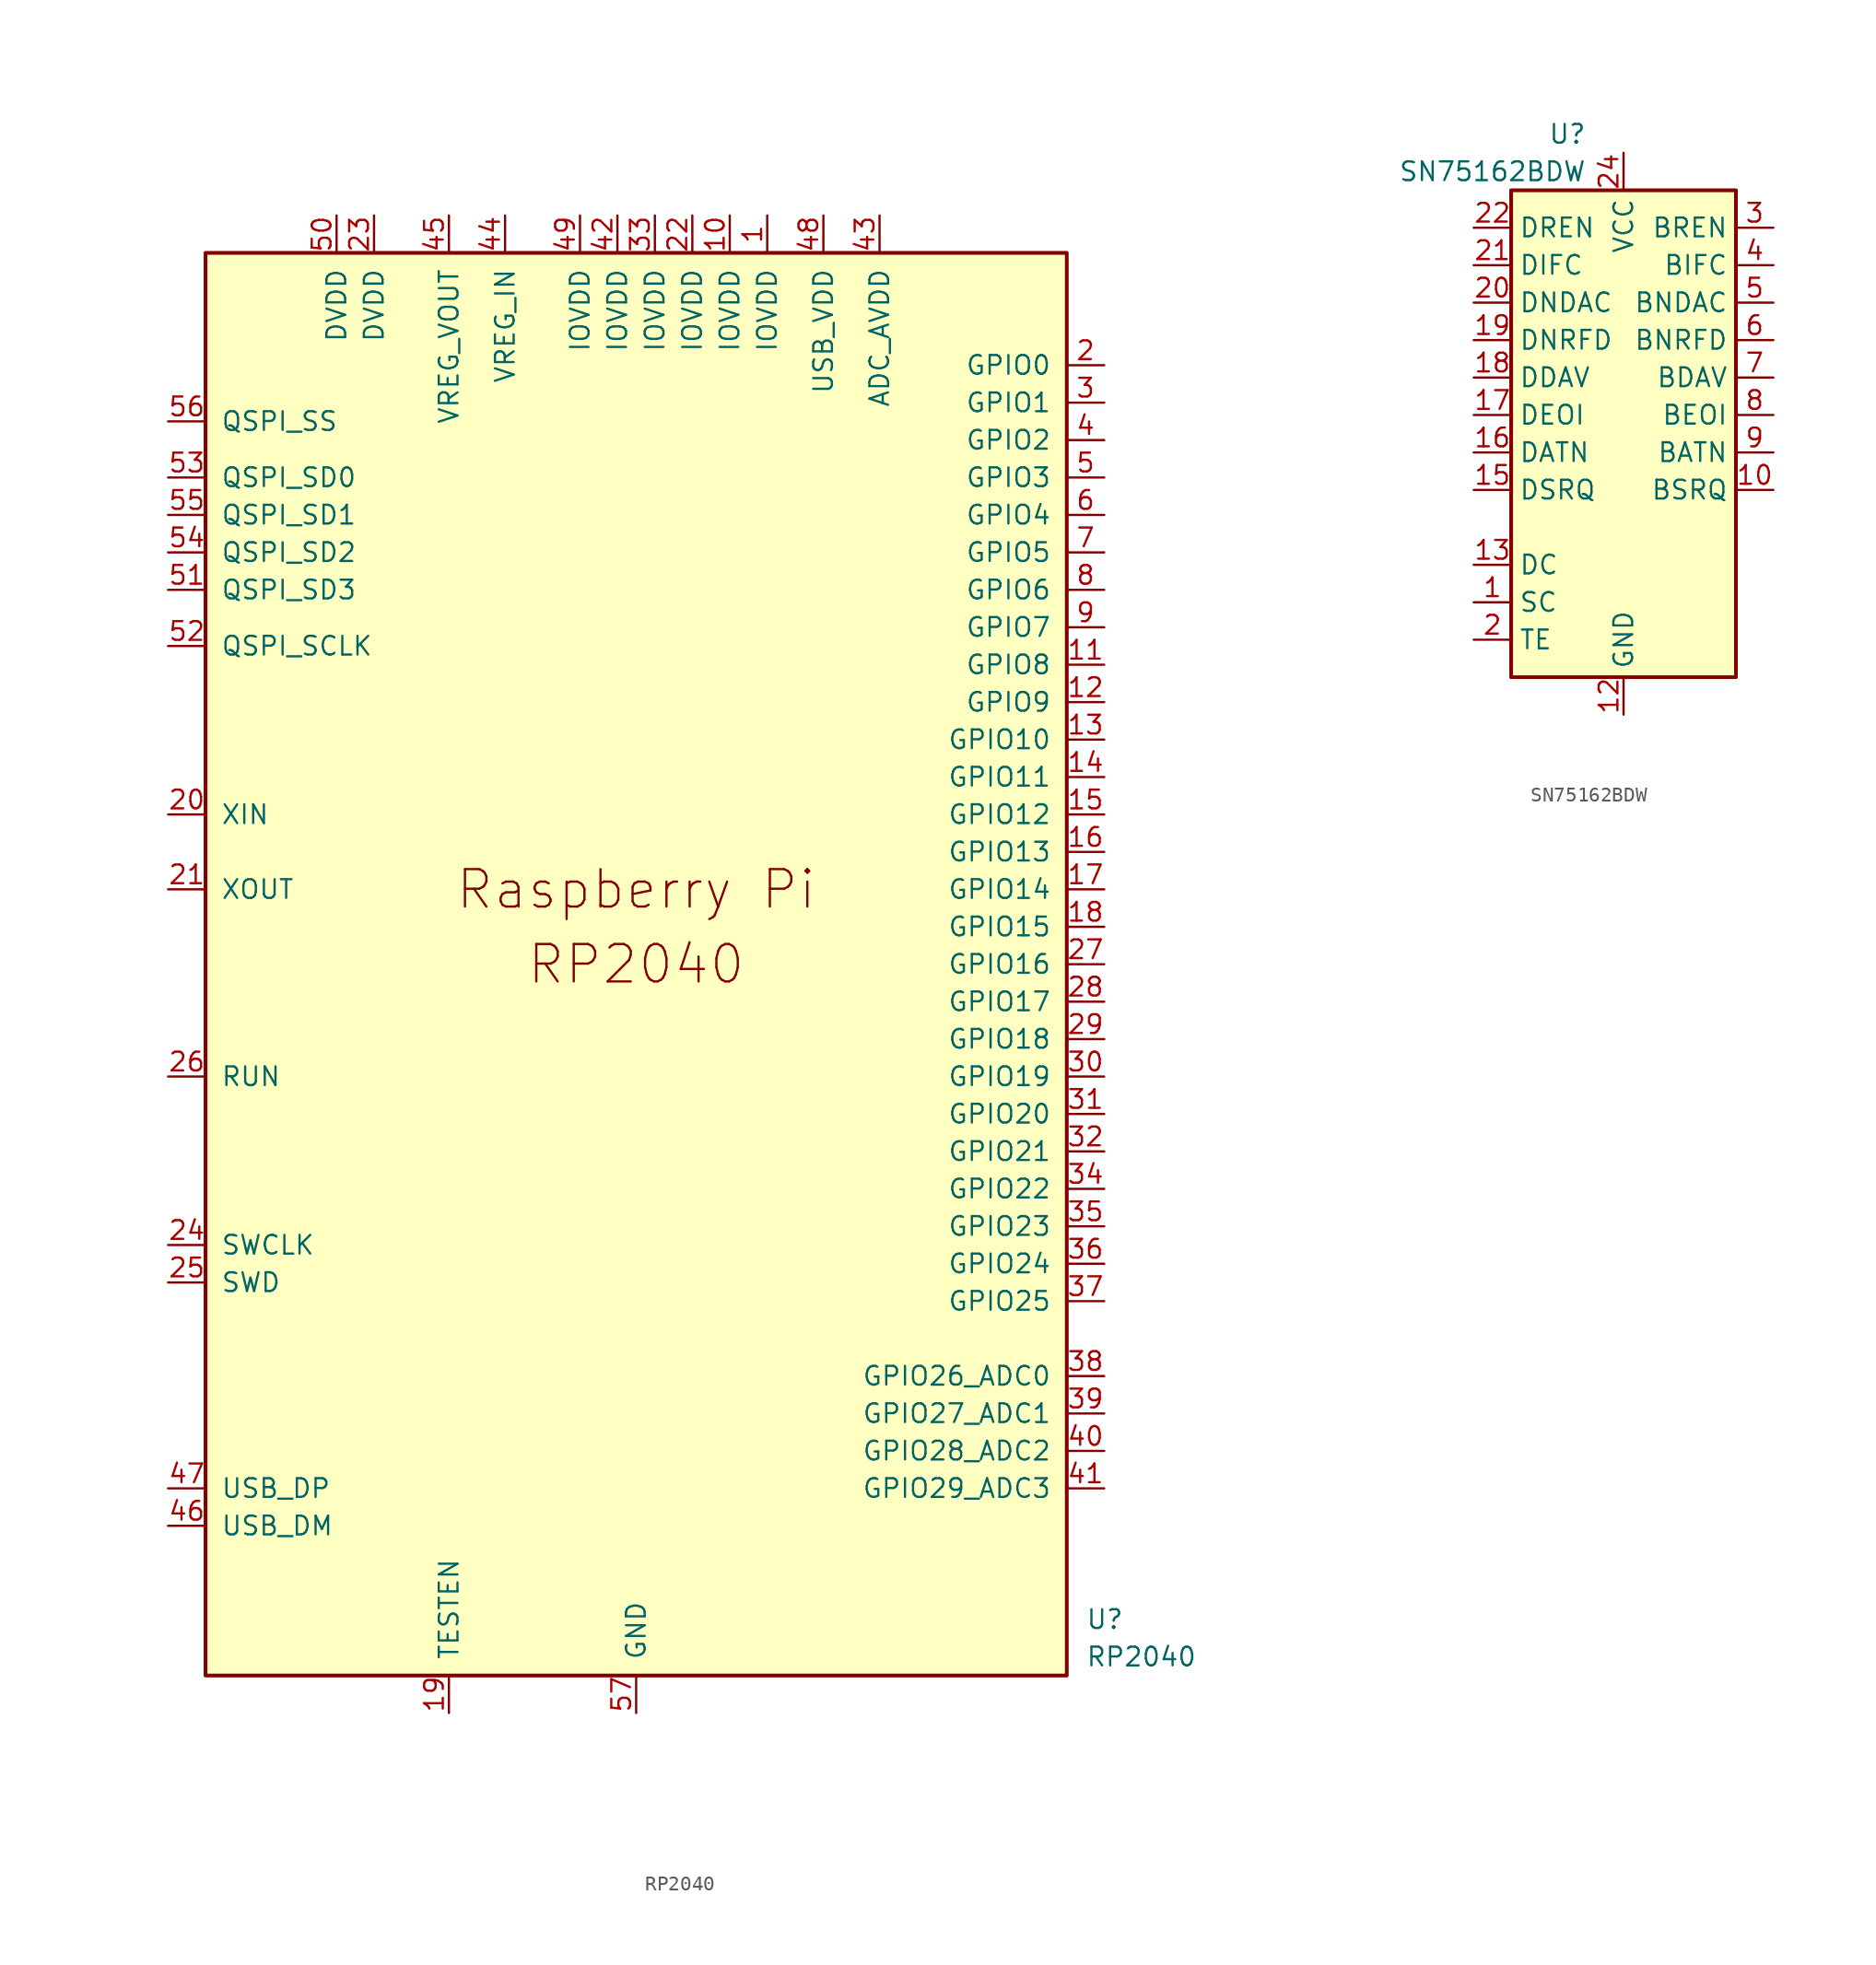
<source format=kicad_sym>
(kicad_symbol_lib
  (version 20211014)
  (generator kicad_symbol_editor)
  (symbol "RP2040"
    (pin_names
      (offset 1.016))
    (property "Reference" "U"
      (at 30.48 -44.45 0)
      (effects (font (size 1.27 1.27)) (justify left)))
    (property "Value" "RP2040"
      (at 30.48 -46.99 0)
      (effects (font (size 1.27 1.27)) (justify left)))
    (symbol "RP2040_0_0"
      (text "Raspberry Pi" (at 0 5.08 0) (effects (font (size 2.54 2.54))))
      (text "RP2040" (at 0 0 0) (effects (font (size 2.54 2.54)))))
    (symbol "RP2040_0_1"
      (rectangle (start 29.21 48.26) (end -29.21 -48.26) (stroke (width 0.254) (type default) (color 0 0 0 0)) (fill (type background))))
    (symbol "RP2040_1_1"
      (pin power_in line (at 8.89 50.8 270) (length 2.54) (name "IOVDD" (effects (font (size 1.27 1.27)))) (number "1" (effects (font (size 1.27 1.27)))))
      (pin power_in line (at 6.35 50.8 270) (length 2.54) (name "IOVDD" (effects (font (size 1.27 1.27)))) (number "10" (effects (font (size 1.27 1.27)))))
      (pin bidirectional line (at 31.75 20.32 180) (length 2.54) (name "GPIO8" (effects (font (size 1.27 1.27)))) (number "11" (effects (font (size 1.27 1.27)))))
      (pin bidirectional line (at 31.75 17.78 180) (length 2.54) (name "GPIO9" (effects (font (size 1.27 1.27)))) (number "12" (effects (font (size 1.27 1.27)))))
      (pin bidirectional line (at 31.75 15.24 180) (length 2.54) (name "GPIO10" (effects (font (size 1.27 1.27)))) (number "13" (effects (font (size 1.27 1.27)))))
      (pin bidirectional line (at 31.75 12.7 180) (length 2.54) (name "GPIO11" (effects (font (size 1.27 1.27)))) (number "14" (effects (font (size 1.27 1.27)))))
      (pin bidirectional line (at 31.75 10.16 180) (length 2.54) (name "GPIO12" (effects (font (size 1.27 1.27)))) (number "15" (effects (font (size 1.27 1.27)))))
      (pin bidirectional line (at 31.75 7.62 180) (length 2.54) (name "GPIO13" (effects (font (size 1.27 1.27)))) (number "16" (effects (font (size 1.27 1.27)))))
      (pin bidirectional line (at 31.75 5.08 180) (length 2.54) (name "GPIO14" (effects (font (size 1.27 1.27)))) (number "17" (effects (font (size 1.27 1.27)))))
      (pin bidirectional line (at 31.75 2.54 180) (length 2.54) (name "GPIO15" (effects (font (size 1.27 1.27)))) (number "18" (effects (font (size 1.27 1.27)))))
      (pin passive line (at -12.7 -50.8 90) (length 2.54) (name "TESTEN" (effects (font (size 1.27 1.27)))) (number "19" (effects (font (size 1.27 1.27)))))
      (pin bidirectional line (at 31.75 40.64 180) (length 2.54) (name "GPIO0" (effects (font (size 1.27 1.27)))) (number "2" (effects (font (size 1.27 1.27)))))
      (pin input line (at -31.75 10.16 0) (length 2.54) (name "XIN" (effects (font (size 1.27 1.27)))) (number "20" (effects (font (size 1.27 1.27)))))
      (pin passive line (at -31.75 5.08 0) (length 2.54) (name "XOUT" (effects (font (size 1.27 1.27)))) (number "21" (effects (font (size 1.27 1.27)))))
      (pin power_in line (at 3.81 50.8 270) (length 2.54) (name "IOVDD" (effects (font (size 1.27 1.27)))) (number "22" (effects (font (size 1.27 1.27)))))
      (pin power_in line (at -17.78 50.8 270) (length 2.54) (name "DVDD" (effects (font (size 1.27 1.27)))) (number "23" (effects (font (size 1.27 1.27)))))
      (pin output line (at -31.75 -19.05 0) (length 2.54) (name "SWCLK" (effects (font (size 1.27 1.27)))) (number "24" (effects (font (size 1.27 1.27)))))
      (pin bidirectional line (at -31.75 -21.59 0) (length 2.54) (name "SWD" (effects (font (size 1.27 1.27)))) (number "25" (effects (font (size 1.27 1.27)))))
      (pin input line (at -31.75 -7.62 0) (length 2.54) (name "RUN" (effects (font (size 1.27 1.27)))) (number "26" (effects (font (size 1.27 1.27)))))
      (pin bidirectional line (at 31.75 0 180) (length 2.54) (name "GPIO16" (effects (font (size 1.27 1.27)))) (number "27" (effects (font (size 1.27 1.27)))))
      (pin bidirectional line (at 31.75 -2.54 180) (length 2.54) (name "GPIO17" (effects (font (size 1.27 1.27)))) (number "28" (effects (font (size 1.27 1.27)))))
      (pin bidirectional line (at 31.75 -5.08 180) (length 2.54) (name "GPIO18" (effects (font (size 1.27 1.27)))) (number "29" (effects (font (size 1.27 1.27)))))
      (pin bidirectional line (at 31.75 38.1 180) (length 2.54) (name "GPIO1" (effects (font (size 1.27 1.27)))) (number "3" (effects (font (size 1.27 1.27)))))
      (pin bidirectional line (at 31.75 -7.62 180) (length 2.54) (name "GPIO19" (effects (font (size 1.27 1.27)))) (number "30" (effects (font (size 1.27 1.27)))))
      (pin bidirectional line (at 31.75 -10.16 180) (length 2.54) (name "GPIO20" (effects (font (size 1.27 1.27)))) (number "31" (effects (font (size 1.27 1.27)))))
      (pin bidirectional line (at 31.75 -12.7 180) (length 2.54) (name "GPIO21" (effects (font (size 1.27 1.27)))) (number "32" (effects (font (size 1.27 1.27)))))
      (pin power_in line (at 1.27 50.8 270) (length 2.54) (name "IOVDD" (effects (font (size 1.27 1.27)))) (number "33" (effects (font (size 1.27 1.27)))))
      (pin bidirectional line (at 31.75 -15.24 180) (length 2.54) (name "GPIO22" (effects (font (size 1.27 1.27)))) (number "34" (effects (font (size 1.27 1.27)))))
      (pin bidirectional line (at 31.75 -17.78 180) (length 2.54) (name "GPIO23" (effects (font (size 1.27 1.27)))) (number "35" (effects (font (size 1.27 1.27)))))
      (pin bidirectional line (at 31.75 -20.32 180) (length 2.54) (name "GPIO24" (effects (font (size 1.27 1.27)))) (number "36" (effects (font (size 1.27 1.27)))))
      (pin bidirectional line (at 31.75 -22.86 180) (length 2.54) (name "GPIO25" (effects (font (size 1.27 1.27)))) (number "37" (effects (font (size 1.27 1.27)))))
      (pin bidirectional line (at 31.75 -27.94 180) (length 2.54) (name "GPIO26_ADC0" (effects (font (size 1.27 1.27)))) (number "38" (effects (font (size 1.27 1.27)))))
      (pin bidirectional line (at 31.75 -30.48 180) (length 2.54) (name "GPIO27_ADC1" (effects (font (size 1.27 1.27)))) (number "39" (effects (font (size 1.27 1.27)))))
      (pin bidirectional line (at 31.75 35.56 180) (length 2.54) (name "GPIO2" (effects (font (size 1.27 1.27)))) (number "4" (effects (font (size 1.27 1.27)))))
      (pin bidirectional line (at 31.75 -33.02 180) (length 2.54) (name "GPIO28_ADC2" (effects (font (size 1.27 1.27)))) (number "40" (effects (font (size 1.27 1.27)))))
      (pin bidirectional line (at 31.75 -35.56 180) (length 2.54) (name "GPIO29_ADC3" (effects (font (size 1.27 1.27)))) (number "41" (effects (font (size 1.27 1.27)))))
      (pin power_in line (at -1.27 50.8 270) (length 2.54) (name "IOVDD" (effects (font (size 1.27 1.27)))) (number "42" (effects (font (size 1.27 1.27)))))
      (pin power_in line (at 16.51 50.8 270) (length 2.54) (name "ADC_AVDD" (effects (font (size 1.27 1.27)))) (number "43" (effects (font (size 1.27 1.27)))))
      (pin power_in line (at -8.89 50.8 270) (length 2.54) (name "VREG_IN" (effects (font (size 1.27 1.27)))) (number "44" (effects (font (size 1.27 1.27)))))
      (pin power_out line (at -12.7 50.8 270) (length 2.54) (name "VREG_VOUT" (effects (font (size 1.27 1.27)))) (number "45" (effects (font (size 1.27 1.27)))))
      (pin bidirectional line (at -31.75 -38.1 0) (length 2.54) (name "USB_DM" (effects (font (size 1.27 1.27)))) (number "46" (effects (font (size 1.27 1.27)))))
      (pin bidirectional line (at -31.75 -35.56 0) (length 2.54) (name "USB_DP" (effects (font (size 1.27 1.27)))) (number "47" (effects (font (size 1.27 1.27)))))
      (pin power_in line (at 12.7 50.8 270) (length 2.54) (name "USB_VDD" (effects (font (size 1.27 1.27)))) (number "48" (effects (font (size 1.27 1.27)))))
      (pin power_in line (at -3.81 50.8 270) (length 2.54) (name "IOVDD" (effects (font (size 1.27 1.27)))) (number "49" (effects (font (size 1.27 1.27)))))
      (pin bidirectional line (at 31.75 33.02 180) (length 2.54) (name "GPIO3" (effects (font (size 1.27 1.27)))) (number "5" (effects (font (size 1.27 1.27)))))
      (pin power_in line (at -20.32 50.8 270) (length 2.54) (name "DVDD" (effects (font (size 1.27 1.27)))) (number "50" (effects (font (size 1.27 1.27)))))
      (pin bidirectional line (at -31.75 25.4 0) (length 2.54) (name "QSPI_SD3" (effects (font (size 1.27 1.27)))) (number "51" (effects (font (size 1.27 1.27)))))
      (pin output line (at -31.75 21.59 0) (length 2.54) (name "QSPI_SCLK" (effects (font (size 1.27 1.27)))) (number "52" (effects (font (size 1.27 1.27)))))
      (pin bidirectional line (at -31.75 33.02 0) (length 2.54) (name "QSPI_SD0" (effects (font (size 1.27 1.27)))) (number "53" (effects (font (size 1.27 1.27)))))
      (pin bidirectional line (at -31.75 27.94 0) (length 2.54) (name "QSPI_SD2" (effects (font (size 1.27 1.27)))) (number "54" (effects (font (size 1.27 1.27)))))
      (pin bidirectional line (at -31.75 30.48 0) (length 2.54) (name "QSPI_SD1" (effects (font (size 1.27 1.27)))) (number "55" (effects (font (size 1.27 1.27)))))
      (pin bidirectional line (at -31.75 36.83 0) (length 2.54) (name "QSPI_SS" (effects (font (size 1.27 1.27)))) (number "56" (effects (font (size 1.27 1.27)))))
      (pin power_in line (at 0 -50.8 90) (length 2.54) (name "GND" (effects (font (size 1.27 1.27)))) (number "57" (effects (font (size 1.27 1.27)))))
      (pin bidirectional line (at 31.75 30.48 180) (length 2.54) (name "GPIO4" (effects (font (size 1.27 1.27)))) (number "6" (effects (font (size 1.27 1.27)))))
      (pin bidirectional line (at 31.75 27.94 180) (length 2.54) (name "GPIO5" (effects (font (size 1.27 1.27)))) (number "7" (effects (font (size 1.27 1.27)))))
      (pin bidirectional line (at 31.75 25.4 180) (length 2.54) (name "GPIO6" (effects (font (size 1.27 1.27)))) (number "8" (effects (font (size 1.27 1.27)))))
      (pin bidirectional line (at 31.75 22.86 180) (length 2.54) (name "GPIO7" (effects (font (size 1.27 1.27)))) (number "9" (effects (font (size 1.27 1.27)))))))
  (symbol "SN75162BDW"
    (property "Reference" "U"
      (at -3.81 19.05 0)
      (effects (font (size 1.27 1.27))))
    (property "Value" "SN75162BDW"
      (at -8.89 16.51 0)
      (effects (font (size 1.27 1.27))))
    (symbol "SN75162BDW_0_1"
      (rectangle (start -7.62 15.24) (end 7.62 -17.78) (stroke (width 0.254) (type default) (color 0 0 0 0)) (fill (type background))))
    (symbol "SN75162BDW_1_1"
      (pin input line (at -10.16 -12.7 0) (length 2.54) (name "SC" (effects (font (size 1.27 1.27)))) (number "1" (effects (font (size 1.27 1.27)))))
      (pin bidirectional line (at 10.16 -5.08 180) (length 2.54) (name "BSRQ" (effects (font (size 1.27 1.27)))) (number "10" (effects (font (size 1.27 1.27)))))
      (pin no_connect line (at 10.16 -10.16 180) (length 2.54) hide (name "~" (effects (font (size 1.27 1.27)))) (number "11" (effects (font (size 1.27 1.27)))))
      (pin power_in line (at 0 -20.32 90) (length 2.54) (name "GND" (effects (font (size 1.27 1.27)))) (number "12" (effects (font (size 1.27 1.27)))))
      (pin input line (at -10.16 -10.16 0) (length 2.54) (name "DC" (effects (font (size 1.27 1.27)))) (number "13" (effects (font (size 1.27 1.27)))))
      (pin no_connect line (at 10.16 -12.7 180) (length 2.54) hide (name "~" (effects (font (size 1.27 1.27)))) (number "14" (effects (font (size 1.27 1.27)))))
      (pin bidirectional line (at -10.16 -5.08 0) (length 2.54) (name "DSRQ" (effects (font (size 1.27 1.27)))) (number "15" (effects (font (size 1.27 1.27)))))
      (pin bidirectional line (at -10.16 -2.54 0) (length 2.54) (name "DATN" (effects (font (size 1.27 1.27)))) (number "16" (effects (font (size 1.27 1.27)))))
      (pin bidirectional line (at -10.16 0 0) (length 2.54) (name "DEOI" (effects (font (size 1.27 1.27)))) (number "17" (effects (font (size 1.27 1.27)))))
      (pin bidirectional line (at -10.16 2.54 0) (length 2.54) (name "DDAV" (effects (font (size 1.27 1.27)))) (number "18" (effects (font (size 1.27 1.27)))))
      (pin bidirectional line (at -10.16 5.08 0) (length 2.54) (name "DNRFD" (effects (font (size 1.27 1.27)))) (number "19" (effects (font (size 1.27 1.27)))))
      (pin input line (at -10.16 -15.24 0) (length 2.54) (name "TE" (effects (font (size 1.27 1.27)))) (number "2" (effects (font (size 1.27 1.27)))))
      (pin bidirectional line (at -10.16 7.62 0) (length 2.54) (name "DNDAC" (effects (font (size 1.27 1.27)))) (number "20" (effects (font (size 1.27 1.27)))))
      (pin bidirectional line (at -10.16 10.16 0) (length 2.54) (name "DIFC" (effects (font (size 1.27 1.27)))) (number "21" (effects (font (size 1.27 1.27)))))
      (pin bidirectional line (at -10.16 12.7 0) (length 2.54) (name "DREN" (effects (font (size 1.27 1.27)))) (number "22" (effects (font (size 1.27 1.27)))))
      (pin no_connect line (at 10.16 -15.24 180) (length 2.54) hide (name "~" (effects (font (size 1.27 1.27)))) (number "23" (effects (font (size 1.27 1.27)))))
      (pin power_in line (at 0 17.78 270) (length 2.54) (name "VCC" (effects (font (size 1.27 1.27)))) (number "24" (effects (font (size 1.27 1.27)))))
      (pin bidirectional line (at 10.16 12.7 180) (length 2.54) (name "BREN" (effects (font (size 1.27 1.27)))) (number "3" (effects (font (size 1.27 1.27)))))
      (pin bidirectional line (at 10.16 10.16 180) (length 2.54) (name "BIFC" (effects (font (size 1.27 1.27)))) (number "4" (effects (font (size 1.27 1.27)))))
      (pin bidirectional line (at 10.16 7.62 180) (length 2.54) (name "BNDAC" (effects (font (size 1.27 1.27)))) (number "5" (effects (font (size 1.27 1.27)))))
      (pin bidirectional line (at 10.16 5.08 180) (length 2.54) (name "BNRFD" (effects (font (size 1.27 1.27)))) (number "6" (effects (font (size 1.27 1.27)))))
      (pin bidirectional line (at 10.16 2.54 180) (length 2.54) (name "BDAV" (effects (font (size 1.27 1.27)))) (number "7" (effects (font (size 1.27 1.27)))))
      (pin bidirectional line (at 10.16 0 180) (length 2.54) (name "BEOI" (effects (font (size 1.27 1.27)))) (number "8" (effects (font (size 1.27 1.27)))))
      (pin bidirectional line (at 10.16 -2.54 180) (length 2.54) (name "BATN" (effects (font (size 1.27 1.27)))) (number "9" (effects (font (size 1.27 1.27))))))))
</source>
